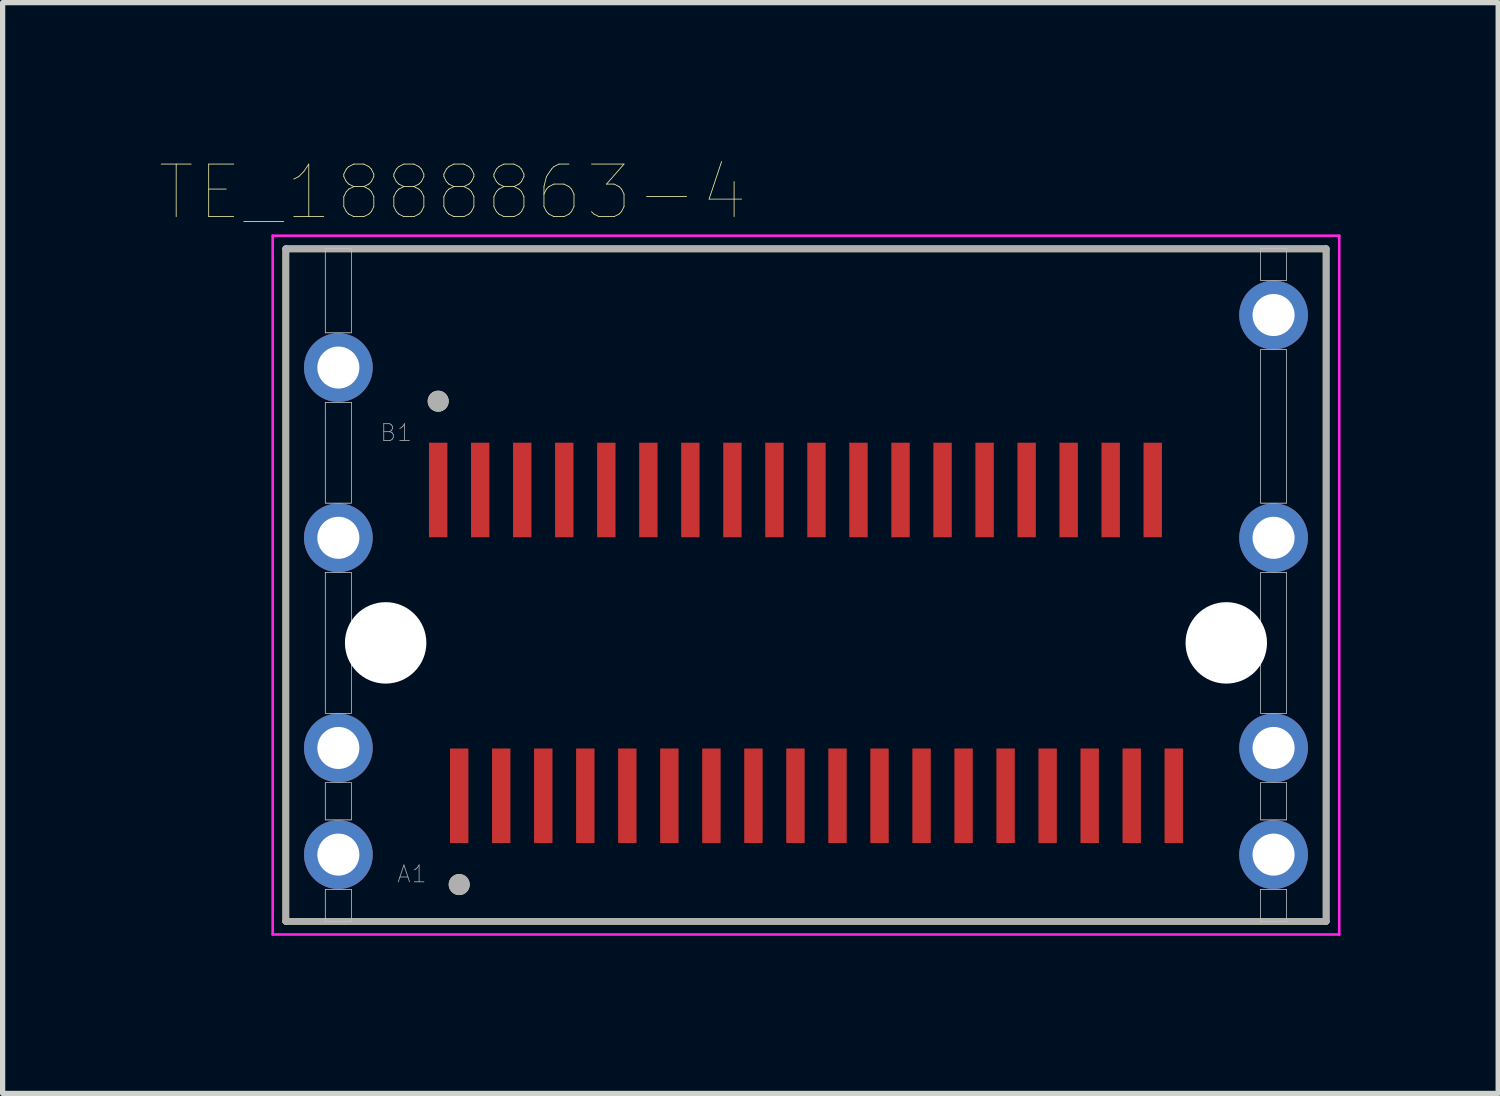
<source format=kicad_pcb>
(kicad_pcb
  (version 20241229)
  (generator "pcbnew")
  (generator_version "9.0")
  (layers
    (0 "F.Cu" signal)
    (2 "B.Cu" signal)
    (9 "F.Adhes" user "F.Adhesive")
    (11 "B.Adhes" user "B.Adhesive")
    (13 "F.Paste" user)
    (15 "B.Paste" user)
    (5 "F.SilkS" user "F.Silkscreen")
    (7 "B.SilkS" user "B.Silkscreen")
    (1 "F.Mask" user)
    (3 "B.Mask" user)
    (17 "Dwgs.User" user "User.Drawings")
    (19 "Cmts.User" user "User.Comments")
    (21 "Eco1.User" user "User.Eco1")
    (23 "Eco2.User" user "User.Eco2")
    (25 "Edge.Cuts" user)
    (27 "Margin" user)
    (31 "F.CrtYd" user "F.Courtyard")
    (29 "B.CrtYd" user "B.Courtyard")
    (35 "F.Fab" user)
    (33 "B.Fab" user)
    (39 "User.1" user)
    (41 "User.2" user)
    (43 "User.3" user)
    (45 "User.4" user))
  (footprint "TE_1888863-4"
    (layer "F.Cu")
    (at 12.29 9.186)
    (property "Reference" "TE_1888863-4" (at -6.725 -8.575 0) (layer "F.SilkS") (effects (font (size 1 1) (thickness 0.015))))
    (attr through_hole)
    (fp_line (start -9.9 -7.5) (end 9.9 -7.5) (stroke (width 0.127) (type solid)) (layer "F.SilkS"))
    (fp_line (start -9.9 5.3) (end -9.9 -7.5) (stroke (width 0.127) (type solid)) (layer "F.SilkS"))
    (fp_line (start 9.9 -7.5) (end 9.9 5.3) (stroke (width 0.127) (type solid)) (layer "F.SilkS"))
    (fp_line (start 9.9 5.3) (end -9.9 5.3) (stroke (width 0.127) (type solid)) (layer "F.SilkS"))
    (fp_circle (center -7 -4.6) (end -6.9 -4.6) (stroke (width 0.2) (type solid)) (fill no) (layer "F.SilkS"))
    (fp_circle (center -6.6 4.6) (end -6.5 4.6) (stroke (width 0.2) (type solid)) (fill no) (layer "F.SilkS"))
    (fp_poly (pts (xy -9.15 -7.5) (xy -8.65 -7.5) (xy -8.65 -5.9) (xy -9.15 -5.9)) (stroke (width 0.01) (type solid)) (fill no) (layer "Dwgs.User"))
    (fp_poly (pts (xy -9.15 -7.5) (xy -8.65 -7.5) (xy -8.65 -5.9) (xy -9.15 -5.9)) (stroke (width 0.01) (type solid)) (fill no) (layer "Dwgs.User"))
    (fp_poly (pts (xy -9.15 -4.58) (xy -8.65 -4.58) (xy -8.65 -2.66) (xy -9.15 -2.66)) (stroke (width 0.01) (type solid)) (fill no) (layer "Dwgs.User"))
    (fp_poly (pts (xy -9.15 -4.58) (xy -8.65 -4.58) (xy -8.65 -2.66) (xy -9.15 -2.66)) (stroke (width 0.01) (type solid)) (fill no) (layer "Dwgs.User"))
    (fp_poly (pts (xy -9.15 -1.34) (xy -8.65 -1.34) (xy -8.65 1.34) (xy -9.15 1.34)) (stroke (width 0.01) (type solid)) (fill no) (layer "Dwgs.User"))
    (fp_poly (pts (xy -9.15 -1.34) (xy -8.65 -1.34) (xy -8.65 1.34) (xy -9.15 1.34)) (stroke (width 0.01) (type solid)) (fill no) (layer "Dwgs.User"))
    (fp_poly (pts (xy -9.15 2.66) (xy -8.65 2.66) (xy -8.65 3.37) (xy -9.15 3.37)) (stroke (width 0.01) (type solid)) (fill no) (layer "Dwgs.User"))
    (fp_poly (pts (xy -9.15 2.66) (xy -8.65 2.66) (xy -8.65 3.37) (xy -9.15 3.37)) (stroke (width 0.01) (type solid)) (fill no) (layer "Dwgs.User"))
    (fp_poly (pts (xy -9.15 4.69) (xy -8.65 4.69) (xy -8.65 5.3) (xy -9.15 5.3)) (stroke (width 0.01) (type solid)) (fill no) (layer "Dwgs.User"))
    (fp_poly (pts (xy -9.15 4.69) (xy -8.65 4.69) (xy -8.65 5.3) (xy -9.15 5.3)) (stroke (width 0.01) (type solid)) (fill no) (layer "Dwgs.User"))
    (fp_poly (pts (xy 8.65 -7.5) (xy 9.15 -7.5) (xy 9.15 -6.9) (xy 8.65 -6.9)) (stroke (width 0.01) (type solid)) (fill no) (layer "Dwgs.User"))
    (fp_poly (pts (xy 8.65 -7.5) (xy 9.15 -7.5) (xy 9.15 -6.9) (xy 8.65 -6.9)) (stroke (width 0.01) (type solid)) (fill no) (layer "Dwgs.User"))
    (fp_poly (pts (xy 8.65 -5.58) (xy 9.15 -5.58) (xy 9.15 -2.66) (xy 8.65 -2.66)) (stroke (width 0.01) (type solid)) (fill no) (layer "Dwgs.User"))
    (fp_poly (pts (xy 8.65 -5.58) (xy 9.15 -5.58) (xy 9.15 -2.66) (xy 8.65 -2.66)) (stroke (width 0.01) (type solid)) (fill no) (layer "Dwgs.User"))
    (fp_poly (pts (xy 8.65 -1.34) (xy 9.15 -1.34) (xy 9.15 1.34) (xy 8.65 1.34)) (stroke (width 0.01) (type solid)) (fill no) (layer "Dwgs.User"))
    (fp_poly (pts (xy 8.65 -1.34) (xy 9.15 -1.34) (xy 9.15 1.34) (xy 8.65 1.34)) (stroke (width 0.01) (type solid)) (fill no) (layer "Dwgs.User"))
    (fp_poly (pts (xy 8.65 2.66) (xy 9.15 2.66) (xy 9.15 3.37) (xy 8.65 3.37)) (stroke (width 0.01) (type solid)) (fill no) (layer "Dwgs.User"))
    (fp_poly (pts (xy 8.65 2.66) (xy 9.15 2.66) (xy 9.15 3.37) (xy 8.65 3.37)) (stroke (width 0.01) (type solid)) (fill no) (layer "Dwgs.User"))
    (fp_poly (pts (xy 8.65 4.69) (xy 9.15 4.69) (xy 9.15 5.3) (xy 8.65 5.3)) (stroke (width 0.01) (type solid)) (fill no) (layer "Dwgs.User"))
    (fp_poly (pts (xy 8.65 4.69) (xy 9.15 4.69) (xy 9.15 5.3) (xy 8.65 5.3)) (stroke (width 0.01) (type solid)) (fill no) (layer "Dwgs.User"))
    (fp_line (start -10.15 -7.75) (end 10.15 -7.75) (stroke (width 0.05) (type solid)) (layer "F.CrtYd"))
    (fp_line (start -10.15 5.55) (end -10.15 -7.75) (stroke (width 0.05) (type solid)) (layer "F.CrtYd"))
    (fp_line (start 10.15 -7.75) (end 10.15 5.55) (stroke (width 0.05) (type solid)) (layer "F.CrtYd"))
    (fp_line (start 10.15 5.55) (end -10.15 5.55) (stroke (width 0.05) (type solid)) (layer "F.CrtYd"))
    (fp_line (start -9.9 -7.5) (end 9.9 -7.5) (stroke (width 0.127) (type solid)) (layer "F.Fab"))
    (fp_line (start -9.9 5.3) (end -9.9 -7.5) (stroke (width 0.127) (type solid)) (layer "F.Fab"))
    (fp_line (start 9.9 -7.5) (end 9.9 5.3) (stroke (width 0.127) (type solid)) (layer "F.Fab"))
    (fp_line (start 9.9 5.3) (end -9.9 5.3) (stroke (width 0.127) (type solid)) (layer "F.Fab"))
    (fp_circle (center -7 -4.6) (end -6.9 -4.6) (stroke (width 0.2) (type solid)) (fill no) (layer "F.Fab"))
    (fp_circle (center -6.6 4.6) (end -6.5 4.6) (stroke (width 0.2) (type solid)) (fill no) (layer "F.Fab"))
    (fp_text user "A1" (at -7.5 4.4 0) (layer "F.Fab") (effects (font (size 0.32 0.32) (thickness 0.015))))
    (fp_text user "B1" (at -7.8 -4 0) (layer "F.Fab") (effects (font (size 0.32 0.32) (thickness 0.015))))
    (pad "" np_thru_hole circle (at -8 0) (size 1.55 1.55) (drill 1.55) (layers "*.Cu" "*.Mask"))
    (pad "" np_thru_hole circle (at 8 0) (size 1.55 1.55) (drill 1.55) (layers "*.Cu" "*.Mask"))
    (pad "A1" smd rect (at -6.6 2.91) (size 0.35 1.8) (layers "F.Cu" "F.Mask" "F.Paste"))
    (pad "A2" smd rect (at -5.8 2.91) (size 0.35 1.8) (layers "F.Cu" "F.Mask" "F.Paste"))
    (pad "A3" smd rect (at -5 2.91) (size 0.35 1.8) (layers "F.Cu" "F.Mask" "F.Paste"))
    (pad "A4" smd rect (at -4.2 2.91) (size 0.35 1.8) (layers "F.Cu" "F.Mask" "F.Paste"))
    (pad "A5" smd rect (at -3.4 2.91) (size 0.35 1.8) (layers "F.Cu" "F.Mask" "F.Paste"))
    (pad "A6" smd rect (at -2.6 2.91) (size 0.35 1.8) (layers "F.Cu" "F.Mask" "F.Paste"))
    (pad "A7" smd rect (at -1.8 2.91) (size 0.35 1.8) (layers "F.Cu" "F.Mask" "F.Paste"))
    (pad "A8" smd rect (at -1 2.91) (size 0.35 1.8) (layers "F.Cu" "F.Mask" "F.Paste"))
    (pad "A9" smd rect (at -0.2 2.91) (size 0.35 1.8) (layers "F.Cu" "F.Mask" "F.Paste"))
    (pad "A10" smd rect (at 0.6 2.91) (size 0.35 1.8) (layers "F.Cu" "F.Mask" "F.Paste"))
    (pad "A11" smd rect (at 1.4 2.91) (size 0.35 1.8) (layers "F.Cu" "F.Mask" "F.Paste"))
    (pad "A12" smd rect (at 2.2 2.91) (size 0.35 1.8) (layers "F.Cu" "F.Mask" "F.Paste"))
    (pad "A13" smd rect (at 3 2.91) (size 0.35 1.8) (layers "F.Cu" "F.Mask" "F.Paste"))
    (pad "A14" smd rect (at 3.8 2.91) (size 0.35 1.8) (layers "F.Cu" "F.Mask" "F.Paste"))
    (pad "A15" smd rect (at 4.6 2.91) (size 0.35 1.8) (layers "F.Cu" "F.Mask" "F.Paste"))
    (pad "A16" smd rect (at 5.4 2.91) (size 0.35 1.8) (layers "F.Cu" "F.Mask" "F.Paste"))
    (pad "A17" smd rect (at 6.2 2.91) (size 0.35 1.8) (layers "F.Cu" "F.Mask" "F.Paste"))
    (pad "A18" smd rect (at 7 2.91) (size 0.35 1.8) (layers "F.Cu" "F.Mask" "F.Paste"))
    (pad "B1" smd rect (at -7 -2.91) (size 0.35 1.8) (layers "F.Cu" "F.Mask" "F.Paste"))
    (pad "B2" smd rect (at -6.2 -2.91) (size 0.35 1.8) (layers "F.Cu" "F.Mask" "F.Paste"))
    (pad "B3" smd rect (at -5.4 -2.91) (size 0.35 1.8) (layers "F.Cu" "F.Mask" "F.Paste"))
    (pad "B4" smd rect (at -4.6 -2.91) (size 0.35 1.8) (layers "F.Cu" "F.Mask" "F.Paste"))
    (pad "B5" smd rect (at -3.8 -2.91) (size 0.35 1.8) (layers "F.Cu" "F.Mask" "F.Paste"))
    (pad "B6" smd rect (at -3 -2.91) (size 0.35 1.8) (layers "F.Cu" "F.Mask" "F.Paste"))
    (pad "B7" smd rect (at -2.2 -2.91) (size 0.35 1.8) (layers "F.Cu" "F.Mask" "F.Paste"))
    (pad "B8" smd rect (at -1.4 -2.91) (size 0.35 1.8) (layers "F.Cu" "F.Mask" "F.Paste"))
    (pad "B9" smd rect (at -0.6 -2.91) (size 0.35 1.8) (layers "F.Cu" "F.Mask" "F.Paste"))
    (pad "B10" smd rect (at 0.2 -2.91) (size 0.35 1.8) (layers "F.Cu" "F.Mask" "F.Paste"))
    (pad "B11" smd rect (at 1 -2.91) (size 0.35 1.8) (layers "F.Cu" "F.Mask" "F.Paste"))
    (pad "B12" smd rect (at 1.8 -2.91) (size 0.35 1.8) (layers "F.Cu" "F.Mask" "F.Paste"))
    (pad "B13" smd rect (at 2.6 -2.91) (size 0.35 1.8) (layers "F.Cu" "F.Mask" "F.Paste"))
    (pad "B14" smd rect (at 3.4 -2.91) (size 0.35 1.8) (layers "F.Cu" "F.Mask" "F.Paste"))
    (pad "B15" smd rect (at 4.2 -2.91) (size 0.35 1.8) (layers "F.Cu" "F.Mask" "F.Paste"))
    (pad "B16" smd rect (at 5 -2.91) (size 0.35 1.8) (layers "F.Cu" "F.Mask" "F.Paste"))
    (pad "B17" smd rect (at 5.8 -2.91) (size 0.35 1.8) (layers "F.Cu" "F.Mask" "F.Paste"))
    (pad "B18" smd rect (at 6.6 -2.91) (size 0.35 1.8) (layers "F.Cu" "F.Mask" "F.Paste"))
    (pad "S1" thru_hole circle (at -8.9 -5.24) (size 1.308 1.308) (drill 0.8) (layers "*.Cu" "*.Mask"))
    (pad "S2" thru_hole circle (at -8.9 -2) (size 1.308 1.308) (drill 0.8) (layers "*.Cu" "*.Mask"))
    (pad "S3" thru_hole circle (at -8.9 2) (size 1.308 1.308) (drill 0.8) (layers "*.Cu" "*.Mask"))
    (pad "S4" thru_hole circle (at -8.9 4.03) (size 1.308 1.308) (drill 0.8) (layers "*.Cu" "*.Mask"))
    (pad "S5" thru_hole circle (at 8.9 -6.24) (size 1.308 1.308) (drill 0.8) (layers "*.Cu" "*.Mask"))
    (pad "S6" thru_hole circle (at 8.9 -2) (size 1.308 1.308) (drill 0.8) (layers "*.Cu" "*.Mask"))
    (pad "S7" thru_hole circle (at 8.9 2) (size 1.308 1.308) (drill 0.8) (layers "*.Cu" "*.Mask"))
    (pad "S8" thru_hole circle (at 8.9 4.03) (size 1.308 1.308) (drill 0.8) (layers "*.Cu" "*.Mask")))
  (gr_rect
    (start -3 -3)
    (end 25.465 17.761)
    (stroke (width 0.1) (type default))
    (fill no)
    (layer "Edge.Cuts")))
</source>
